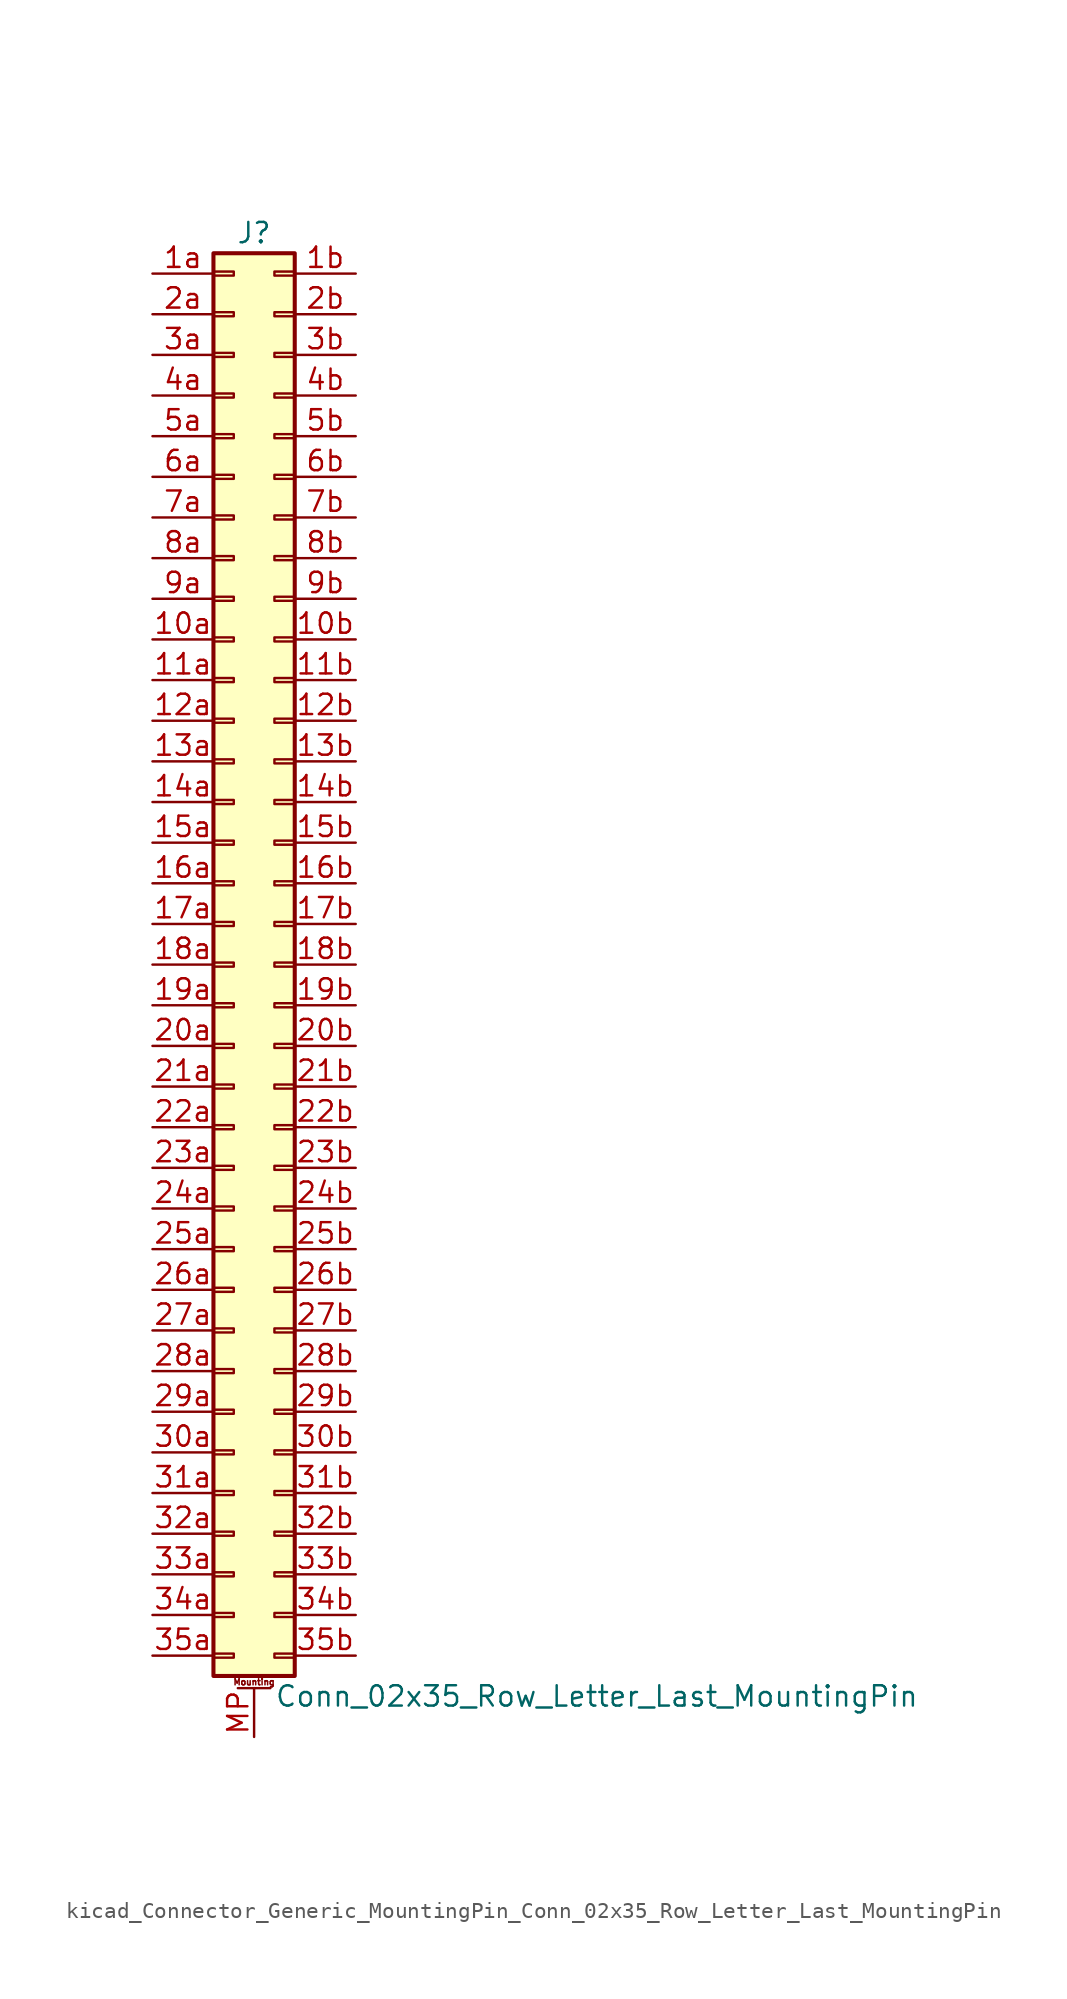
<source format=kicad_sym>
(kicad_symbol_lib
  (version 20220914)
  (generator kicad_symbol_editor)
  (symbol "kicad_Connector_Generic_MountingPin_Conn_02x35_Row_Letter_Last_MountingPin"
    (pin_names
      (offset 1.016) hide)
    (property "Reference" "J"
      (at 1.27 45.72 0)
      (effects (font (size 1.27 1.27))))
    (property "Value" "Conn_02x35_Row_Letter_Last_MountingPin"
      (at 2.54 -45.72 0)
      (effects (font (size 1.27 1.27)) (justify left)))
    (symbol "kicad_Connector_Generic_MountingPin_Conn_02x35_Row_Letter_Last_MountingPin_1_1"
      (rectangle (start -1.27 -43.053) (end 0 -43.307) (stroke (width 0.152) (type default)) (fill (type none)))
      (rectangle (start -1.27 -40.513) (end 0 -40.767) (stroke (width 0.152) (type default)) (fill (type none)))
      (rectangle (start -1.27 -37.973) (end 0 -38.227) (stroke (width 0.152) (type default)) (fill (type none)))
      (rectangle (start -1.27 -35.433) (end 0 -35.687) (stroke (width 0.152) (type default)) (fill (type none)))
      (rectangle (start -1.27 -32.893) (end 0 -33.147) (stroke (width 0.152) (type default)) (fill (type none)))
      (rectangle (start -1.27 -30.353) (end 0 -30.607) (stroke (width 0.152) (type default)) (fill (type none)))
      (rectangle (start -1.27 -27.813) (end 0 -28.067) (stroke (width 0.152) (type default)) (fill (type none)))
      (rectangle (start -1.27 -25.273) (end 0 -25.527) (stroke (width 0.152) (type default)) (fill (type none)))
      (rectangle (start -1.27 -22.733) (end 0 -22.987) (stroke (width 0.152) (type default)) (fill (type none)))
      (rectangle (start -1.27 -20.193) (end 0 -20.447) (stroke (width 0.152) (type default)) (fill (type none)))
      (rectangle (start -1.27 -17.653) (end 0 -17.907) (stroke (width 0.152) (type default)) (fill (type none)))
      (rectangle (start -1.27 -15.113) (end 0 -15.367) (stroke (width 0.152) (type default)) (fill (type none)))
      (rectangle (start -1.27 -12.573) (end 0 -12.827) (stroke (width 0.152) (type default)) (fill (type none)))
      (rectangle (start -1.27 -10.033) (end 0 -10.287) (stroke (width 0.152) (type default)) (fill (type none)))
      (rectangle (start -1.27 -7.493) (end 0 -7.747) (stroke (width 0.152) (type default)) (fill (type none)))
      (rectangle (start -1.27 -4.953) (end 0 -5.207) (stroke (width 0.152) (type default)) (fill (type none)))
      (rectangle (start -1.27 -2.413) (end 0 -2.667) (stroke (width 0.152) (type default)) (fill (type none)))
      (rectangle (start -1.27 0.127) (end 0 -0.127) (stroke (width 0.152) (type default)) (fill (type none)))
      (rectangle (start -1.27 2.667) (end 0 2.413) (stroke (width 0.152) (type default)) (fill (type none)))
      (rectangle (start -1.27 5.207) (end 0 4.953) (stroke (width 0.152) (type default)) (fill (type none)))
      (rectangle (start -1.27 7.747) (end 0 7.493) (stroke (width 0.152) (type default)) (fill (type none)))
      (rectangle (start -1.27 10.287) (end 0 10.033) (stroke (width 0.152) (type default)) (fill (type none)))
      (rectangle (start -1.27 12.827) (end 0 12.573) (stroke (width 0.152) (type default)) (fill (type none)))
      (rectangle (start -1.27 15.367) (end 0 15.113) (stroke (width 0.152) (type default)) (fill (type none)))
      (rectangle (start -1.27 17.907) (end 0 17.653) (stroke (width 0.152) (type default)) (fill (type none)))
      (rectangle (start -1.27 20.447) (end 0 20.193) (stroke (width 0.152) (type default)) (fill (type none)))
      (rectangle (start -1.27 22.987) (end 0 22.733) (stroke (width 0.152) (type default)) (fill (type none)))
      (rectangle (start -1.27 25.527) (end 0 25.273) (stroke (width 0.152) (type default)) (fill (type none)))
      (rectangle (start -1.27 28.067) (end 0 27.813) (stroke (width 0.152) (type default)) (fill (type none)))
      (rectangle (start -1.27 30.607) (end 0 30.353) (stroke (width 0.152) (type default)) (fill (type none)))
      (rectangle (start -1.27 33.147) (end 0 32.893) (stroke (width 0.152) (type default)) (fill (type none)))
      (rectangle (start -1.27 35.687) (end 0 35.433) (stroke (width 0.152) (type default)) (fill (type none)))
      (rectangle (start -1.27 38.227) (end 0 37.973) (stroke (width 0.152) (type default)) (fill (type none)))
      (rectangle (start -1.27 40.767) (end 0 40.513) (stroke (width 0.152) (type default)) (fill (type none)))
      (rectangle (start -1.27 43.307) (end 0 43.053) (stroke (width 0.152) (type default)) (fill (type none)))
      (rectangle (start -1.27 44.45) (end 3.81 -44.45) (stroke (width 0.254) (type default)) (fill (type background)))
      (polyline (pts (xy 0.254 -45.212) (xy 2.286 -45.212)) (stroke (width 0.152) (type default)) (fill (type none)))
      (rectangle (start 3.81 -43.053) (end 2.54 -43.307) (stroke (width 0.152) (type default)) (fill (type none)))
      (rectangle (start 3.81 -40.513) (end 2.54 -40.767) (stroke (width 0.152) (type default)) (fill (type none)))
      (rectangle (start 3.81 -37.973) (end 2.54 -38.227) (stroke (width 0.152) (type default)) (fill (type none)))
      (rectangle (start 3.81 -35.433) (end 2.54 -35.687) (stroke (width 0.152) (type default)) (fill (type none)))
      (rectangle (start 3.81 -32.893) (end 2.54 -33.147) (stroke (width 0.152) (type default)) (fill (type none)))
      (rectangle (start 3.81 -30.353) (end 2.54 -30.607) (stroke (width 0.152) (type default)) (fill (type none)))
      (rectangle (start 3.81 -27.813) (end 2.54 -28.067) (stroke (width 0.152) (type default)) (fill (type none)))
      (rectangle (start 3.81 -25.273) (end 2.54 -25.527) (stroke (width 0.152) (type default)) (fill (type none)))
      (rectangle (start 3.81 -22.733) (end 2.54 -22.987) (stroke (width 0.152) (type default)) (fill (type none)))
      (rectangle (start 3.81 -20.193) (end 2.54 -20.447) (stroke (width 0.152) (type default)) (fill (type none)))
      (rectangle (start 3.81 -17.653) (end 2.54 -17.907) (stroke (width 0.152) (type default)) (fill (type none)))
      (rectangle (start 3.81 -15.113) (end 2.54 -15.367) (stroke (width 0.152) (type default)) (fill (type none)))
      (rectangle (start 3.81 -12.573) (end 2.54 -12.827) (stroke (width 0.152) (type default)) (fill (type none)))
      (rectangle (start 3.81 -10.033) (end 2.54 -10.287) (stroke (width 0.152) (type default)) (fill (type none)))
      (rectangle (start 3.81 -7.493) (end 2.54 -7.747) (stroke (width 0.152) (type default)) (fill (type none)))
      (rectangle (start 3.81 -4.953) (end 2.54 -5.207) (stroke (width 0.152) (type default)) (fill (type none)))
      (rectangle (start 3.81 -2.413) (end 2.54 -2.667) (stroke (width 0.152) (type default)) (fill (type none)))
      (rectangle (start 3.81 0.127) (end 2.54 -0.127) (stroke (width 0.152) (type default)) (fill (type none)))
      (rectangle (start 3.81 2.667) (end 2.54 2.413) (stroke (width 0.152) (type default)) (fill (type none)))
      (rectangle (start 3.81 5.207) (end 2.54 4.953) (stroke (width 0.152) (type default)) (fill (type none)))
      (rectangle (start 3.81 7.747) (end 2.54 7.493) (stroke (width 0.152) (type default)) (fill (type none)))
      (rectangle (start 3.81 10.287) (end 2.54 10.033) (stroke (width 0.152) (type default)) (fill (type none)))
      (rectangle (start 3.81 12.827) (end 2.54 12.573) (stroke (width 0.152) (type default)) (fill (type none)))
      (rectangle (start 3.81 15.367) (end 2.54 15.113) (stroke (width 0.152) (type default)) (fill (type none)))
      (rectangle (start 3.81 17.907) (end 2.54 17.653) (stroke (width 0.152) (type default)) (fill (type none)))
      (rectangle (start 3.81 20.447) (end 2.54 20.193) (stroke (width 0.152) (type default)) (fill (type none)))
      (rectangle (start 3.81 22.987) (end 2.54 22.733) (stroke (width 0.152) (type default)) (fill (type none)))
      (rectangle (start 3.81 25.527) (end 2.54 25.273) (stroke (width 0.152) (type default)) (fill (type none)))
      (rectangle (start 3.81 28.067) (end 2.54 27.813) (stroke (width 0.152) (type default)) (fill (type none)))
      (rectangle (start 3.81 30.607) (end 2.54 30.353) (stroke (width 0.152) (type default)) (fill (type none)))
      (rectangle (start 3.81 33.147) (end 2.54 32.893) (stroke (width 0.152) (type default)) (fill (type none)))
      (rectangle (start 3.81 35.687) (end 2.54 35.433) (stroke (width 0.152) (type default)) (fill (type none)))
      (rectangle (start 3.81 38.227) (end 2.54 37.973) (stroke (width 0.152) (type default)) (fill (type none)))
      (rectangle (start 3.81 40.767) (end 2.54 40.513) (stroke (width 0.152) (type default)) (fill (type none)))
      (rectangle (start 3.81 43.307) (end 2.54 43.053) (stroke (width 0.152) (type default)) (fill (type none)))
      (text "Mounting" (at 1.27 -44.831 0) (effects (font (size 0.381 0.381))))
      (pin passive line (at -5.08 20.32 0) (length 3.81) (name "Pin_10a" (effects (font (size 1.27 1.27)))) (number "10a" (effects (font (size 1.27 1.27)))))
      (pin passive line (at 7.62 20.32 180) (length 3.81) (name "Pin_10b" (effects (font (size 1.27 1.27)))) (number "10b" (effects (font (size 1.27 1.27)))))
      (pin passive line (at -5.08 17.78 0) (length 3.81) (name "Pin_11a" (effects (font (size 1.27 1.27)))) (number "11a" (effects (font (size 1.27 1.27)))))
      (pin passive line (at 7.62 17.78 180) (length 3.81) (name "Pin_11b" (effects (font (size 1.27 1.27)))) (number "11b" (effects (font (size 1.27 1.27)))))
      (pin passive line (at -5.08 15.24 0) (length 3.81) (name "Pin_12a" (effects (font (size 1.27 1.27)))) (number "12a" (effects (font (size 1.27 1.27)))))
      (pin passive line (at 7.62 15.24 180) (length 3.81) (name "Pin_12b" (effects (font (size 1.27 1.27)))) (number "12b" (effects (font (size 1.27 1.27)))))
      (pin passive line (at -5.08 12.7 0) (length 3.81) (name "Pin_13a" (effects (font (size 1.27 1.27)))) (number "13a" (effects (font (size 1.27 1.27)))))
      (pin passive line (at 7.62 12.7 180) (length 3.81) (name "Pin_13b" (effects (font (size 1.27 1.27)))) (number "13b" (effects (font (size 1.27 1.27)))))
      (pin passive line (at -5.08 10.16 0) (length 3.81) (name "Pin_14a" (effects (font (size 1.27 1.27)))) (number "14a" (effects (font (size 1.27 1.27)))))
      (pin passive line (at 7.62 10.16 180) (length 3.81) (name "Pin_14b" (effects (font (size 1.27 1.27)))) (number "14b" (effects (font (size 1.27 1.27)))))
      (pin passive line (at -5.08 7.62 0) (length 3.81) (name "Pin_15a" (effects (font (size 1.27 1.27)))) (number "15a" (effects (font (size 1.27 1.27)))))
      (pin passive line (at 7.62 7.62 180) (length 3.81) (name "Pin_15b" (effects (font (size 1.27 1.27)))) (number "15b" (effects (font (size 1.27 1.27)))))
      (pin passive line (at -5.08 5.08 0) (length 3.81) (name "Pin_16a" (effects (font (size 1.27 1.27)))) (number "16a" (effects (font (size 1.27 1.27)))))
      (pin passive line (at 7.62 5.08 180) (length 3.81) (name "Pin_16b" (effects (font (size 1.27 1.27)))) (number "16b" (effects (font (size 1.27 1.27)))))
      (pin passive line (at -5.08 2.54 0) (length 3.81) (name "Pin_17a" (effects (font (size 1.27 1.27)))) (number "17a" (effects (font (size 1.27 1.27)))))
      (pin passive line (at 7.62 2.54 180) (length 3.81) (name "Pin_17b" (effects (font (size 1.27 1.27)))) (number "17b" (effects (font (size 1.27 1.27)))))
      (pin passive line (at -5.08 0 0) (length 3.81) (name "Pin_18a" (effects (font (size 1.27 1.27)))) (number "18a" (effects (font (size 1.27 1.27)))))
      (pin passive line (at 7.62 0 180) (length 3.81) (name "Pin_18b" (effects (font (size 1.27 1.27)))) (number "18b" (effects (font (size 1.27 1.27)))))
      (pin passive line (at -5.08 -2.54 0) (length 3.81) (name "Pin_19a" (effects (font (size 1.27 1.27)))) (number "19a" (effects (font (size 1.27 1.27)))))
      (pin passive line (at 7.62 -2.54 180) (length 3.81) (name "Pin_19b" (effects (font (size 1.27 1.27)))) (number "19b" (effects (font (size 1.27 1.27)))))
      (pin passive line (at -5.08 43.18 0) (length 3.81) (name "Pin_1a" (effects (font (size 1.27 1.27)))) (number "1a" (effects (font (size 1.27 1.27)))))
      (pin passive line (at 7.62 43.18 180) (length 3.81) (name "Pin_1b" (effects (font (size 1.27 1.27)))) (number "1b" (effects (font (size 1.27 1.27)))))
      (pin passive line (at -5.08 -5.08 0) (length 3.81) (name "Pin_20a" (effects (font (size 1.27 1.27)))) (number "20a" (effects (font (size 1.27 1.27)))))
      (pin passive line (at 7.62 -5.08 180) (length 3.81) (name "Pin_20b" (effects (font (size 1.27 1.27)))) (number "20b" (effects (font (size 1.27 1.27)))))
      (pin passive line (at -5.08 -7.62 0) (length 3.81) (name "Pin_21a" (effects (font (size 1.27 1.27)))) (number "21a" (effects (font (size 1.27 1.27)))))
      (pin passive line (at 7.62 -7.62 180) (length 3.81) (name "Pin_21b" (effects (font (size 1.27 1.27)))) (number "21b" (effects (font (size 1.27 1.27)))))
      (pin passive line (at -5.08 -10.16 0) (length 3.81) (name "Pin_22a" (effects (font (size 1.27 1.27)))) (number "22a" (effects (font (size 1.27 1.27)))))
      (pin passive line (at 7.62 -10.16 180) (length 3.81) (name "Pin_22b" (effects (font (size 1.27 1.27)))) (number "22b" (effects (font (size 1.27 1.27)))))
      (pin passive line (at -5.08 -12.7 0) (length 3.81) (name "Pin_23a" (effects (font (size 1.27 1.27)))) (number "23a" (effects (font (size 1.27 1.27)))))
      (pin passive line (at 7.62 -12.7 180) (length 3.81) (name "Pin_23b" (effects (font (size 1.27 1.27)))) (number "23b" (effects (font (size 1.27 1.27)))))
      (pin passive line (at -5.08 -15.24 0) (length 3.81) (name "Pin_24a" (effects (font (size 1.27 1.27)))) (number "24a" (effects (font (size 1.27 1.27)))))
      (pin passive line (at 7.62 -15.24 180) (length 3.81) (name "Pin_24b" (effects (font (size 1.27 1.27)))) (number "24b" (effects (font (size 1.27 1.27)))))
      (pin passive line (at -5.08 -17.78 0) (length 3.81) (name "Pin_25a" (effects (font (size 1.27 1.27)))) (number "25a" (effects (font (size 1.27 1.27)))))
      (pin passive line (at 7.62 -17.78 180) (length 3.81) (name "Pin_25b" (effects (font (size 1.27 1.27)))) (number "25b" (effects (font (size 1.27 1.27)))))
      (pin passive line (at -5.08 -20.32 0) (length 3.81) (name "Pin_26a" (effects (font (size 1.27 1.27)))) (number "26a" (effects (font (size 1.27 1.27)))))
      (pin passive line (at 7.62 -20.32 180) (length 3.81) (name "Pin_26b" (effects (font (size 1.27 1.27)))) (number "26b" (effects (font (size 1.27 1.27)))))
      (pin passive line (at -5.08 -22.86 0) (length 3.81) (name "Pin_27a" (effects (font (size 1.27 1.27)))) (number "27a" (effects (font (size 1.27 1.27)))))
      (pin passive line (at 7.62 -22.86 180) (length 3.81) (name "Pin_27b" (effects (font (size 1.27 1.27)))) (number "27b" (effects (font (size 1.27 1.27)))))
      (pin passive line (at -5.08 -25.4 0) (length 3.81) (name "Pin_28a" (effects (font (size 1.27 1.27)))) (number "28a" (effects (font (size 1.27 1.27)))))
      (pin passive line (at 7.62 -25.4 180) (length 3.81) (name "Pin_28b" (effects (font (size 1.27 1.27)))) (number "28b" (effects (font (size 1.27 1.27)))))
      (pin passive line (at -5.08 -27.94 0) (length 3.81) (name "Pin_29a" (effects (font (size 1.27 1.27)))) (number "29a" (effects (font (size 1.27 1.27)))))
      (pin passive line (at 7.62 -27.94 180) (length 3.81) (name "Pin_29b" (effects (font (size 1.27 1.27)))) (number "29b" (effects (font (size 1.27 1.27)))))
      (pin passive line (at -5.08 40.64 0) (length 3.81) (name "Pin_2a" (effects (font (size 1.27 1.27)))) (number "2a" (effects (font (size 1.27 1.27)))))
      (pin passive line (at 7.62 40.64 180) (length 3.81) (name "Pin_2b" (effects (font (size 1.27 1.27)))) (number "2b" (effects (font (size 1.27 1.27)))))
      (pin passive line (at -5.08 -30.48 0) (length 3.81) (name "Pin_30a" (effects (font (size 1.27 1.27)))) (number "30a" (effects (font (size 1.27 1.27)))))
      (pin passive line (at 7.62 -30.48 180) (length 3.81) (name "Pin_30b" (effects (font (size 1.27 1.27)))) (number "30b" (effects (font (size 1.27 1.27)))))
      (pin passive line (at -5.08 -33.02 0) (length 3.81) (name "Pin_31a" (effects (font (size 1.27 1.27)))) (number "31a" (effects (font (size 1.27 1.27)))))
      (pin passive line (at 7.62 -33.02 180) (length 3.81) (name "Pin_31b" (effects (font (size 1.27 1.27)))) (number "31b" (effects (font (size 1.27 1.27)))))
      (pin passive line (at -5.08 -35.56 0) (length 3.81) (name "Pin_32a" (effects (font (size 1.27 1.27)))) (number "32a" (effects (font (size 1.27 1.27)))))
      (pin passive line (at 7.62 -35.56 180) (length 3.81) (name "Pin_32b" (effects (font (size 1.27 1.27)))) (number "32b" (effects (font (size 1.27 1.27)))))
      (pin passive line (at -5.08 -38.1 0) (length 3.81) (name "Pin_33a" (effects (font (size 1.27 1.27)))) (number "33a" (effects (font (size 1.27 1.27)))))
      (pin passive line (at 7.62 -38.1 180) (length 3.81) (name "Pin_33b" (effects (font (size 1.27 1.27)))) (number "33b" (effects (font (size 1.27 1.27)))))
      (pin passive line (at -5.08 -40.64 0) (length 3.81) (name "Pin_34a" (effects (font (size 1.27 1.27)))) (number "34a" (effects (font (size 1.27 1.27)))))
      (pin passive line (at 7.62 -40.64 180) (length 3.81) (name "Pin_34b" (effects (font (size 1.27 1.27)))) (number "34b" (effects (font (size 1.27 1.27)))))
      (pin passive line (at -5.08 -43.18 0) (length 3.81) (name "Pin_35a" (effects (font (size 1.27 1.27)))) (number "35a" (effects (font (size 1.27 1.27)))))
      (pin passive line (at 7.62 -43.18 180) (length 3.81) (name "Pin_35b" (effects (font (size 1.27 1.27)))) (number "35b" (effects (font (size 1.27 1.27)))))
      (pin passive line (at -5.08 38.1 0) (length 3.81) (name "Pin_3a" (effects (font (size 1.27 1.27)))) (number "3a" (effects (font (size 1.27 1.27)))))
      (pin passive line (at 7.62 38.1 180) (length 3.81) (name "Pin_3b" (effects (font (size 1.27 1.27)))) (number "3b" (effects (font (size 1.27 1.27)))))
      (pin passive line (at -5.08 35.56 0) (length 3.81) (name "Pin_4a" (effects (font (size 1.27 1.27)))) (number "4a" (effects (font (size 1.27 1.27)))))
      (pin passive line (at 7.62 35.56 180) (length 3.81) (name "Pin_4b" (effects (font (size 1.27 1.27)))) (number "4b" (effects (font (size 1.27 1.27)))))
      (pin passive line (at -5.08 33.02 0) (length 3.81) (name "Pin_5a" (effects (font (size 1.27 1.27)))) (number "5a" (effects (font (size 1.27 1.27)))))
      (pin passive line (at 7.62 33.02 180) (length 3.81) (name "Pin_5b" (effects (font (size 1.27 1.27)))) (number "5b" (effects (font (size 1.27 1.27)))))
      (pin passive line (at -5.08 30.48 0) (length 3.81) (name "Pin_6a" (effects (font (size 1.27 1.27)))) (number "6a" (effects (font (size 1.27 1.27)))))
      (pin passive line (at 7.62 30.48 180) (length 3.81) (name "Pin_6b" (effects (font (size 1.27 1.27)))) (number "6b" (effects (font (size 1.27 1.27)))))
      (pin passive line (at -5.08 27.94 0) (length 3.81) (name "Pin_7a" (effects (font (size 1.27 1.27)))) (number "7a" (effects (font (size 1.27 1.27)))))
      (pin passive line (at 7.62 27.94 180) (length 3.81) (name "Pin_7b" (effects (font (size 1.27 1.27)))) (number "7b" (effects (font (size 1.27 1.27)))))
      (pin passive line (at -5.08 25.4 0) (length 3.81) (name "Pin_8a" (effects (font (size 1.27 1.27)))) (number "8a" (effects (font (size 1.27 1.27)))))
      (pin passive line (at 7.62 25.4 180) (length 3.81) (name "Pin_8b" (effects (font (size 1.27 1.27)))) (number "8b" (effects (font (size 1.27 1.27)))))
      (pin passive line (at -5.08 22.86 0) (length 3.81) (name "Pin_9a" (effects (font (size 1.27 1.27)))) (number "9a" (effects (font (size 1.27 1.27)))))
      (pin passive line (at 7.62 22.86 180) (length 3.81) (name "Pin_9b" (effects (font (size 1.27 1.27)))) (number "9b" (effects (font (size 1.27 1.27)))))
      (pin passive line (at 1.27 -48.26 90) (length 3.048) (name "MountPin" (effects (font (size 1.27 1.27)))) (number "MP" (effects (font (size 1.27 1.27))))))))
</source>
